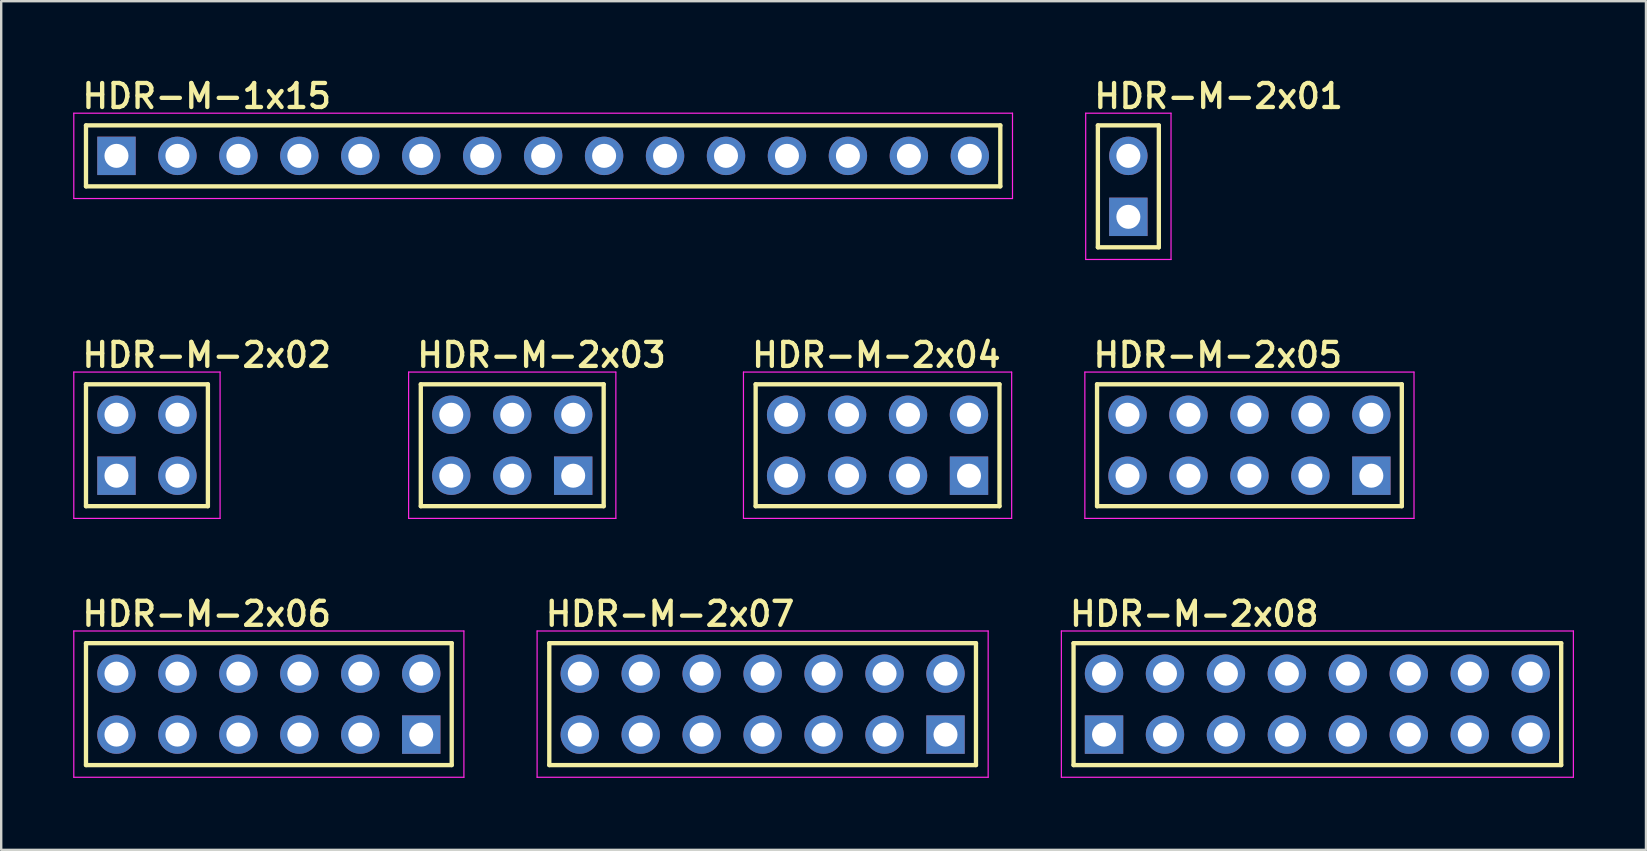
<source format=kicad_pcb>
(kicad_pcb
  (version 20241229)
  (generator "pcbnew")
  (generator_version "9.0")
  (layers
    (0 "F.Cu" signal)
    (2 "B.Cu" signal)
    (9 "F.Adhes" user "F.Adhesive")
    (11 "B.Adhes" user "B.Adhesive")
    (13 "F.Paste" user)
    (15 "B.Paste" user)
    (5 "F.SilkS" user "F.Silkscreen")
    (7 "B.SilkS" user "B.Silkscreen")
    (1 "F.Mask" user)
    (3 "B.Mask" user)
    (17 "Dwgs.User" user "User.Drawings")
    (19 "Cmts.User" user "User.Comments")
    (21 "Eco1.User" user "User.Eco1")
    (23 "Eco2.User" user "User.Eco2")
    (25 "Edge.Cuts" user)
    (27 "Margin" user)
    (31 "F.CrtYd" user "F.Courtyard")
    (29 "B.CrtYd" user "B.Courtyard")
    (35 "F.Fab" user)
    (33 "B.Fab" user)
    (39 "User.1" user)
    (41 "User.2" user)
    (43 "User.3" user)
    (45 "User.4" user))
  (footprint "HDR-M-2x05"
    (layer "F.Cu")
    (at 49.014 15.503)
    (property "Reference" "HDR-M-2x05" (at -6.604 -3.175 0) (layer "F.SilkS") (effects (font (size 1 1) (thickness 0.18)) (justify left bottom)))
    (attr through_hole)
    (fp_line (start -6.35 -2.54) (end 6.35 -2.54) (stroke (width 0.18) (type solid)) (layer "F.SilkS"))
    (fp_line (start -6.35 2.54) (end -6.35 -2.54) (stroke (width 0.18) (type solid)) (layer "F.SilkS"))
    (fp_line (start 6.35 -2.54) (end 6.35 2.54) (stroke (width 0.18) (type solid)) (layer "F.SilkS"))
    (fp_line (start 6.35 2.54) (end -6.35 2.54) (stroke (width 0.18) (type solid)) (layer "F.SilkS"))
    (fp_line (start -6.858 -3.048) (end 6.858 -3.048) (stroke (width 0.05) (type solid)) (layer "F.CrtYd"))
    (fp_line (start -6.858 3.048) (end -6.858 -3.048) (stroke (width 0.05) (type solid)) (layer "F.CrtYd"))
    (fp_line (start 6.858 -3.048) (end 6.858 3.048) (stroke (width 0.05) (type solid)) (layer "F.CrtYd"))
    (fp_line (start 6.858 3.048) (end -6.858 3.048) (stroke (width 0.05) (type solid)) (layer "F.CrtYd"))
    (pad "1" thru_hole rect (at 5.08 1.27) (size 1.6 1.6) (drill 1) (layers "*.Cu" "*.Mask"))
    (pad "2" thru_hole circle (at 5.08 -1.27) (size 1.6 1.6) (drill 1) (layers "*.Cu" "*.Mask"))
    (pad "3" thru_hole circle (at 2.54 1.27) (size 1.6 1.6) (drill 1) (layers "*.Cu" "*.Mask"))
    (pad "4" thru_hole circle (at 2.54 -1.27) (size 1.6 1.6) (drill 1) (layers "*.Cu" "*.Mask"))
    (pad "5" thru_hole circle (at 0 1.27) (size 1.6 1.6) (drill 1) (layers "*.Cu" "*.Mask"))
    (pad "6" thru_hole circle (at 0 -1.27) (size 1.6 1.6) (drill 1) (layers "*.Cu" "*.Mask"))
    (pad "7" thru_hole circle (at -2.54 1.27) (size 1.6 1.6) (drill 1) (layers "*.Cu" "*.Mask"))
    (pad "8" thru_hole circle (at -2.54 -1.27) (size 1.6 1.6) (drill 1) (layers "*.Cu" "*.Mask"))
    (pad "9" thru_hole circle (at -5.08 1.27) (size 1.6 1.6) (drill 1) (layers "*.Cu" "*.Mask"))
    (pad "10" thru_hole circle (at -5.08 -1.27) (size 1.6 1.6) (drill 1) (layers "*.Cu" "*.Mask")))
  (footprint "HDR-M-1x15"
    (layer "F.Cu")
    (at 19.583 3.445)
    (property "Reference" "HDR-M-1x15" (at -19.304 -1.905 0) (layer "F.SilkS") (effects (font (size 1 1) (thickness 0.18)) (justify left bottom)))
    (attr through_hole)
    (fp_line (start -19.05 -1.27) (end 19.05 -1.27) (stroke (width 0.18) (type solid)) (layer "F.SilkS"))
    (fp_line (start -19.05 1.27) (end -19.05 -1.27) (stroke (width 0.18) (type solid)) (layer "F.SilkS"))
    (fp_line (start 19.05 -1.27) (end 19.05 1.27) (stroke (width 0.18) (type solid)) (layer "F.SilkS"))
    (fp_line (start 19.05 1.27) (end -19.05 1.27) (stroke (width 0.18) (type solid)) (layer "F.SilkS"))
    (fp_line (start -19.558 -1.778) (end 19.558 -1.778) (stroke (width 0.05) (type solid)) (layer "F.CrtYd"))
    (fp_line (start -19.558 1.778) (end -19.558 -1.778) (stroke (width 0.05) (type solid)) (layer "F.CrtYd"))
    (fp_line (start 19.558 -1.778) (end 19.558 1.778) (stroke (width 0.05) (type solid)) (layer "F.CrtYd"))
    (fp_line (start 19.558 1.778) (end -19.558 1.778) (stroke (width 0.05) (type solid)) (layer "F.CrtYd"))
    (pad "1" thru_hole rect (at -17.78 0) (size 1.6 1.6) (drill 1) (layers "*.Cu" "*.Mask"))
    (pad "2" thru_hole circle (at -15.24 0) (size 1.6 1.6) (drill 1) (layers "*.Cu" "*.Mask"))
    (pad "3" thru_hole circle (at -12.7 0) (size 1.6 1.6) (drill 1) (layers "*.Cu" "*.Mask"))
    (pad "4" thru_hole circle (at -10.16 0) (size 1.6 1.6) (drill 1) (layers "*.Cu" "*.Mask"))
    (pad "5" thru_hole circle (at -7.62 0) (size 1.6 1.6) (drill 1) (layers "*.Cu" "*.Mask"))
    (pad "6" thru_hole circle (at -5.08 0) (size 1.6 1.6) (drill 1) (layers "*.Cu" "*.Mask"))
    (pad "7" thru_hole circle (at -2.54 0) (size 1.6 1.6) (drill 1) (layers "*.Cu" "*.Mask"))
    (pad "8" thru_hole circle (at 0 0) (size 1.6 1.6) (drill 1) (layers "*.Cu" "*.Mask"))
    (pad "9" thru_hole circle (at 2.54 0) (size 1.6 1.6) (drill 1) (layers "*.Cu" "*.Mask"))
    (pad "10" thru_hole circle (at 5.08 0) (size 1.6 1.6) (drill 1) (layers "*.Cu" "*.Mask"))
    (pad "11" thru_hole circle (at 7.62 0) (size 1.6 1.6) (drill 1) (layers "*.Cu" "*.Mask"))
    (pad "12" thru_hole circle (at 10.16 0) (size 1.6 1.6) (drill 1) (layers "*.Cu" "*.Mask"))
    (pad "13" thru_hole circle (at 12.7 0) (size 1.6 1.6) (drill 1) (layers "*.Cu" "*.Mask"))
    (pad "14" thru_hole circle (at 15.24 0) (size 1.6 1.6) (drill 1) (layers "*.Cu" "*.Mask"))
    (pad "15" thru_hole circle (at 17.78 0) (size 1.6 1.6) (drill 1) (layers "*.Cu" "*.Mask")))
  (footprint "HDR-M-2x04"
    (layer "F.Cu")
    (at 33.518 15.503)
    (property "Reference" "HDR-M-2x04" (at -5.334 -3.175 0) (layer "F.SilkS") (effects (font (size 1 1) (thickness 0.18)) (justify left bottom)))
    (attr through_hole)
    (fp_line (start -5.08 -2.54) (end 5.08 -2.54) (stroke (width 0.18) (type solid)) (layer "F.SilkS"))
    (fp_line (start -5.08 2.54) (end -5.08 -2.54) (stroke (width 0.18) (type solid)) (layer "F.SilkS"))
    (fp_line (start 5.08 -2.54) (end 5.08 2.54) (stroke (width 0.18) (type solid)) (layer "F.SilkS"))
    (fp_line (start 5.08 2.54) (end -5.08 2.54) (stroke (width 0.18) (type solid)) (layer "F.SilkS"))
    (fp_line (start -5.588 -3.048) (end 5.588 -3.048) (stroke (width 0.05) (type solid)) (layer "F.CrtYd"))
    (fp_line (start -5.588 3.048) (end -5.588 -3.048) (stroke (width 0.05) (type solid)) (layer "F.CrtYd"))
    (fp_line (start 5.588 -3.048) (end 5.588 3.048) (stroke (width 0.05) (type solid)) (layer "F.CrtYd"))
    (fp_line (start 5.588 3.048) (end -5.588 3.048) (stroke (width 0.05) (type solid)) (layer "F.CrtYd"))
    (pad "1" thru_hole rect (at 3.81 1.27) (size 1.6 1.6) (drill 1) (layers "*.Cu" "*.Mask"))
    (pad "2" thru_hole circle (at 3.81 -1.27) (size 1.6 1.6) (drill 1) (layers "*.Cu" "*.Mask"))
    (pad "3" thru_hole circle (at 1.27 1.27) (size 1.6 1.6) (drill 1) (layers "*.Cu" "*.Mask"))
    (pad "4" thru_hole circle (at 1.27 -1.27) (size 1.6 1.6) (drill 1) (layers "*.Cu" "*.Mask"))
    (pad "5" thru_hole circle (at -1.27 1.27) (size 1.6 1.6) (drill 1) (layers "*.Cu" "*.Mask"))
    (pad "6" thru_hole circle (at -1.27 -1.27) (size 1.6 1.6) (drill 1) (layers "*.Cu" "*.Mask"))
    (pad "7" thru_hole circle (at -3.81 1.27) (size 1.6 1.6) (drill 1) (layers "*.Cu" "*.Mask"))
    (pad "8" thru_hole circle (at -3.81 -1.27) (size 1.6 1.6) (drill 1) (layers "*.Cu" "*.Mask")))
  (footprint "HDR-M-2x02"
    (layer "F.Cu")
    (at 3.073 15.503)
    (property "Reference" "HDR-M-2x02" (at -2.794 -3.175 0) (layer "F.SilkS") (effects (font (size 1 1) (thickness 0.18)) (justify left bottom)))
    (attr through_hole)
    (fp_line (start -2.54 -2.54) (end 2.54 -2.54) (stroke (width 0.18) (type solid)) (layer "F.SilkS"))
    (fp_line (start -2.54 2.54) (end -2.54 -2.54) (stroke (width 0.18) (type solid)) (layer "F.SilkS"))
    (fp_line (start 2.54 -2.54) (end 2.54 2.54) (stroke (width 0.18) (type solid)) (layer "F.SilkS"))
    (fp_line (start 2.54 2.54) (end -2.54 2.54) (stroke (width 0.18) (type solid)) (layer "F.SilkS"))
    (fp_line (start -3.048 -3.048) (end 3.048 -3.048) (stroke (width 0.05) (type solid)) (layer "F.CrtYd"))
    (fp_line (start -3.048 3.048) (end -3.048 -3.048) (stroke (width 0.05) (type solid)) (layer "F.CrtYd"))
    (fp_line (start 3.048 -3.048) (end 3.048 3.048) (stroke (width 0.05) (type solid)) (layer "F.CrtYd"))
    (fp_line (start 3.048 3.048) (end -3.048 3.048) (stroke (width 0.05) (type solid)) (layer "F.CrtYd"))
    (pad "1" thru_hole rect (at -1.27 1.27) (size 1.6 1.6) (drill 1) (layers "*.Cu" "*.Mask"))
    (pad "2" thru_hole circle (at -1.27 -1.27) (size 1.6 1.6) (drill 1) (layers "*.Cu" "*.Mask"))
    (pad "3" thru_hole circle (at 1.27 1.27) (size 1.6 1.6) (drill 1) (layers "*.Cu" "*.Mask"))
    (pad "4" thru_hole circle (at 1.27 -1.27) (size 1.6 1.6) (drill 1) (layers "*.Cu" "*.Mask")))
  (footprint "HDR-M-2x06"
    (layer "F.Cu")
    (at 8.153 26.291)
    (property "Reference" "HDR-M-2x06" (at -7.874 -3.175 0) (layer "F.SilkS") (effects (font (size 1 1) (thickness 0.18)) (justify left bottom)))
    (attr through_hole)
    (fp_line (start -7.62 -2.54) (end 7.62 -2.54) (stroke (width 0.18) (type solid)) (layer "F.SilkS"))
    (fp_line (start -7.62 2.54) (end -7.62 -2.54) (stroke (width 0.18) (type solid)) (layer "F.SilkS"))
    (fp_line (start 7.62 -2.54) (end 7.62 2.54) (stroke (width 0.18) (type solid)) (layer "F.SilkS"))
    (fp_line (start 7.62 2.54) (end -7.62 2.54) (stroke (width 0.18) (type solid)) (layer "F.SilkS"))
    (fp_line (start -8.128 -3.048) (end 8.128 -3.048) (stroke (width 0.05) (type solid)) (layer "F.CrtYd"))
    (fp_line (start -8.128 3.048) (end -8.128 -3.048) (stroke (width 0.05) (type solid)) (layer "F.CrtYd"))
    (fp_line (start 8.128 -3.048) (end 8.128 3.048) (stroke (width 0.05) (type solid)) (layer "F.CrtYd"))
    (fp_line (start 8.128 3.048) (end -8.128 3.048) (stroke (width 0.05) (type solid)) (layer "F.CrtYd"))
    (pad "1" thru_hole rect (at 6.35 1.27) (size 1.6 1.6) (drill 1) (layers "*.Cu" "*.Mask"))
    (pad "2" thru_hole circle (at 6.35 -1.27) (size 1.6 1.6) (drill 1) (layers "*.Cu" "*.Mask"))
    (pad "3" thru_hole circle (at 3.81 1.27) (size 1.6 1.6) (drill 1) (layers "*.Cu" "*.Mask"))
    (pad "4" thru_hole circle (at 3.81 -1.27) (size 1.6 1.6) (drill 1) (layers "*.Cu" "*.Mask"))
    (pad "5" thru_hole circle (at 1.27 1.27) (size 1.6 1.6) (drill 1) (layers "*.Cu" "*.Mask"))
    (pad "6" thru_hole circle (at 1.27 -1.27) (size 1.6 1.6) (drill 1) (layers "*.Cu" "*.Mask"))
    (pad "7" thru_hole circle (at -1.27 1.27) (size 1.6 1.6) (drill 1) (layers "*.Cu" "*.Mask"))
    (pad "8" thru_hole circle (at -1.27 -1.27) (size 1.6 1.6) (drill 1) (layers "*.Cu" "*.Mask"))
    (pad "9" thru_hole circle (at -3.81 1.27) (size 1.6 1.6) (drill 1) (layers "*.Cu" "*.Mask"))
    (pad "10" thru_hole circle (at -3.81 -1.27) (size 1.6 1.6) (drill 1) (layers "*.Cu" "*.Mask"))
    (pad "11" thru_hole circle (at -6.35 1.27) (size 1.6 1.6) (drill 1) (layers "*.Cu" "*.Mask"))
    (pad "12" thru_hole circle (at -6.35 -1.27) (size 1.6 1.6) (drill 1) (layers "*.Cu" "*.Mask")))
  (footprint "HDR-M-2x08"
    (layer "F.Cu")
    (at 51.845 26.291)
    (property "Reference" "HDR-M-2x08" (at -10.414 -3.175 0) (layer "F.SilkS") (effects (font (size 1 1) (thickness 0.18)) (justify left bottom)))
    (attr through_hole)
    (fp_line (start -10.16 -2.54) (end 10.16 -2.54) (stroke (width 0.18) (type solid)) (layer "F.SilkS"))
    (fp_line (start -10.16 2.54) (end -10.16 -2.54) (stroke (width 0.18) (type solid)) (layer "F.SilkS"))
    (fp_line (start 10.16 -2.54) (end 10.16 2.54) (stroke (width 0.18) (type solid)) (layer "F.SilkS"))
    (fp_line (start 10.16 2.54) (end -10.16 2.54) (stroke (width 0.18) (type solid)) (layer "F.SilkS"))
    (fp_line (start -10.668 -3.048) (end 10.668 -3.048) (stroke (width 0.05) (type solid)) (layer "F.CrtYd"))
    (fp_line (start -10.668 3.048) (end -10.668 -3.048) (stroke (width 0.05) (type solid)) (layer "F.CrtYd"))
    (fp_line (start 10.668 -3.048) (end 10.668 3.048) (stroke (width 0.05) (type solid)) (layer "F.CrtYd"))
    (fp_line (start 10.668 3.048) (end -10.668 3.048) (stroke (width 0.05) (type solid)) (layer "F.CrtYd"))
    (pad "1" thru_hole rect (at -8.89 1.27 180) (size 1.6 1.6) (drill 1) (layers "*.Cu" "*.Mask"))
    (pad "2" thru_hole circle (at -8.89 -1.27 180) (size 1.6 1.6) (drill 1) (layers "*.Cu" "*.Mask"))
    (pad "3" thru_hole circle (at -6.35 1.27 180) (size 1.6 1.6) (drill 1) (layers "*.Cu" "*.Mask"))
    (pad "4" thru_hole circle (at -6.35 -1.27 180) (size 1.6 1.6) (drill 1) (layers "*.Cu" "*.Mask"))
    (pad "5" thru_hole circle (at -3.81 1.27 180) (size 1.6 1.6) (drill 1) (layers "*.Cu" "*.Mask"))
    (pad "6" thru_hole circle (at -3.81 -1.27 180) (size 1.6 1.6) (drill 1) (layers "*.Cu" "*.Mask"))
    (pad "7" thru_hole circle (at -1.27 1.27 180) (size 1.6 1.6) (drill 1) (layers "*.Cu" "*.Mask"))
    (pad "8" thru_hole circle (at -1.27 -1.27 180) (size 1.6 1.6) (drill 1) (layers "*.Cu" "*.Mask"))
    (pad "9" thru_hole circle (at 1.27 1.27 180) (size 1.6 1.6) (drill 1) (layers "*.Cu" "*.Mask"))
    (pad "10" thru_hole circle (at 1.27 -1.27 180) (size 1.6 1.6) (drill 1) (layers "*.Cu" "*.Mask"))
    (pad "11" thru_hole circle (at 3.81 1.27 180) (size 1.6 1.6) (drill 1) (layers "*.Cu" "*.Mask"))
    (pad "12" thru_hole circle (at 3.81 -1.27 180) (size 1.6 1.6) (drill 1) (layers "*.Cu" "*.Mask"))
    (pad "13" thru_hole circle (at 6.35 1.27 180) (size 1.6 1.6) (drill 1) (layers "*.Cu" "*.Mask"))
    (pad "14" thru_hole circle (at 6.35 -1.27 180) (size 1.6 1.6) (drill 1) (layers "*.Cu" "*.Mask"))
    (pad "15" thru_hole circle (at 8.89 1.27 180) (size 1.6 1.6) (drill 1) (layers "*.Cu" "*.Mask"))
    (pad "16" thru_hole circle (at 8.89 -1.27 180) (size 1.6 1.6) (drill 1) (layers "*.Cu" "*.Mask")))
  (footprint "HDR-M-2x07"
    (layer "F.Cu")
    (at 28.729 26.291)
    (property "Reference" "HDR-M-2x07" (at -9.144 -3.175 0) (layer "F.SilkS") (effects (font (size 1 1) (thickness 0.18)) (justify left bottom)))
    (attr through_hole)
    (fp_line (start -8.89 -2.54) (end 8.89 -2.54) (stroke (width 0.18) (type solid)) (layer "F.SilkS"))
    (fp_line (start -8.89 2.54) (end -8.89 -2.54) (stroke (width 0.18) (type solid)) (layer "F.SilkS"))
    (fp_line (start 8.89 -2.54) (end 8.89 2.54) (stroke (width 0.18) (type solid)) (layer "F.SilkS"))
    (fp_line (start 8.89 2.54) (end -8.89 2.54) (stroke (width 0.18) (type solid)) (layer "F.SilkS"))
    (fp_line (start -9.398 -3.048) (end 9.398 -3.048) (stroke (width 0.05) (type solid)) (layer "F.CrtYd"))
    (fp_line (start -9.398 3.048) (end -9.398 -3.048) (stroke (width 0.05) (type solid)) (layer "F.CrtYd"))
    (fp_line (start 9.398 -3.048) (end 9.398 3.048) (stroke (width 0.05) (type solid)) (layer "F.CrtYd"))
    (fp_line (start 9.398 3.048) (end -9.398 3.048) (stroke (width 0.05) (type solid)) (layer "F.CrtYd"))
    (pad "1" thru_hole rect (at 7.62 1.27) (size 1.6 1.6) (drill 1) (layers "*.Cu" "*.Mask"))
    (pad "2" thru_hole circle (at 7.62 -1.27) (size 1.6 1.6) (drill 1) (layers "*.Cu" "*.Mask"))
    (pad "3" thru_hole circle (at 5.08 1.27) (size 1.6 1.6) (drill 1) (layers "*.Cu" "*.Mask"))
    (pad "4" thru_hole circle (at 5.08 -1.27) (size 1.6 1.6) (drill 1) (layers "*.Cu" "*.Mask"))
    (pad "5" thru_hole circle (at 2.54 1.27) (size 1.6 1.6) (drill 1) (layers "*.Cu" "*.Mask"))
    (pad "6" thru_hole circle (at 2.54 -1.27) (size 1.6 1.6) (drill 1) (layers "*.Cu" "*.Mask"))
    (pad "7" thru_hole circle (at 0 1.27) (size 1.6 1.6) (drill 1) (layers "*.Cu" "*.Mask"))
    (pad "8" thru_hole circle (at 0 -1.27) (size 1.6 1.6) (drill 1) (layers "*.Cu" "*.Mask"))
    (pad "9" thru_hole circle (at -2.54 1.27) (size 1.6 1.6) (drill 1) (layers "*.Cu" "*.Mask"))
    (pad "10" thru_hole circle (at -2.54 -1.27) (size 1.6 1.6) (drill 1) (layers "*.Cu" "*.Mask"))
    (pad "11" thru_hole circle (at -5.08 1.27) (size 1.6 1.6) (drill 1) (layers "*.Cu" "*.Mask"))
    (pad "12" thru_hole circle (at -5.08 -1.27) (size 1.6 1.6) (drill 1) (layers "*.Cu" "*.Mask"))
    (pad "13" thru_hole circle (at -7.62 1.27) (size 1.6 1.6) (drill 1) (layers "*.Cu" "*.Mask"))
    (pad "14" thru_hole circle (at -7.62 -1.27) (size 1.6 1.6) (drill 1) (layers "*.Cu" "*.Mask")))
  (footprint "HDR-M-2x01"
    (layer "F.Cu")
    (at 43.969 4.715)
    (property "Reference" "HDR-M-2x01" (at -1.524 -3.175 0) (layer "F.SilkS") (effects (font (size 1 1) (thickness 0.18)) (justify left bottom)))
    (attr through_hole)
    (fp_line (start -1.27 -2.54) (end 1.27 -2.54) (stroke (width 0.18) (type solid)) (layer "F.SilkS"))
    (fp_line (start -1.27 2.54) (end -1.27 -2.54) (stroke (width 0.18) (type solid)) (layer "F.SilkS"))
    (fp_line (start 1.27 -2.54) (end 1.27 2.54) (stroke (width 0.18) (type solid)) (layer "F.SilkS"))
    (fp_line (start 1.27 2.54) (end -1.27 2.54) (stroke (width 0.18) (type solid)) (layer "F.SilkS"))
    (fp_line (start -1.778 -3.048) (end 1.778 -3.048) (stroke (width 0.05) (type solid)) (layer "F.CrtYd"))
    (fp_line (start -1.778 3.048) (end -1.778 -3.048) (stroke (width 0.05) (type solid)) (layer "F.CrtYd"))
    (fp_line (start 1.778 -3.048) (end 1.778 3.048) (stroke (width 0.05) (type solid)) (layer "F.CrtYd"))
    (fp_line (start 1.778 3.048) (end -1.778 3.048) (stroke (width 0.05) (type solid)) (layer "F.CrtYd"))
    (pad "1" thru_hole rect (at 0 1.27) (size 1.6 1.6) (drill 1) (layers "*.Cu" "*.Mask"))
    (pad "2" thru_hole circle (at 0 -1.27) (size 1.6 1.6) (drill 1) (layers "*.Cu" "*.Mask")))
  (footprint "HDR-M-2x03"
    (layer "F.Cu")
    (at 18.295 15.503)
    (property "Reference" "HDR-M-2x03" (at -4.064 -3.175 0) (layer "F.SilkS") (effects (font (size 1 1) (thickness 0.18)) (justify left bottom)))
    (attr through_hole)
    (fp_line (start -3.81 -2.54) (end 3.81 -2.54) (stroke (width 0.18) (type solid)) (layer "F.SilkS"))
    (fp_line (start -3.81 2.54) (end -3.81 -2.54) (stroke (width 0.18) (type solid)) (layer "F.SilkS"))
    (fp_line (start 3.81 -2.54) (end 3.81 2.54) (stroke (width 0.18) (type solid)) (layer "F.SilkS"))
    (fp_line (start 3.81 2.54) (end -3.81 2.54) (stroke (width 0.18) (type solid)) (layer "F.SilkS"))
    (fp_line (start -4.318 -3.048) (end 4.318 -3.048) (stroke (width 0.05) (type solid)) (layer "F.CrtYd"))
    (fp_line (start -4.318 3.048) (end -4.318 -3.048) (stroke (width 0.05) (type solid)) (layer "F.CrtYd"))
    (fp_line (start 4.318 -3.048) (end 4.318 3.048) (stroke (width 0.05) (type solid)) (layer "F.CrtYd"))
    (fp_line (start 4.318 3.048) (end -4.318 3.048) (stroke (width 0.05) (type solid)) (layer "F.CrtYd"))
    (pad "1" thru_hole rect (at 2.54 1.27) (size 1.6 1.6) (drill 1) (layers "*.Cu" "*.Mask"))
    (pad "2" thru_hole circle (at 2.54 -1.27) (size 1.6 1.6) (drill 1) (layers "*.Cu" "*.Mask"))
    (pad "3" thru_hole circle (at 0 1.27) (size 1.6 1.6) (drill 1) (layers "*.Cu" "*.Mask"))
    (pad "4" thru_hole circle (at 0 -1.27) (size 1.6 1.6) (drill 1) (layers "*.Cu" "*.Mask"))
    (pad "5" thru_hole circle (at -2.54 1.27) (size 1.6 1.6) (drill 1) (layers "*.Cu" "*.Mask"))
    (pad "6" thru_hole circle (at -2.54 -1.27) (size 1.6 1.6) (drill 1) (layers "*.Cu" "*.Mask")))
  (gr_rect
    (start -3 -3)
    (end 65.538 32.364)
    (stroke (width 0.1) (type default))
    (fill no)
    (layer "Edge.Cuts")))
</source>
